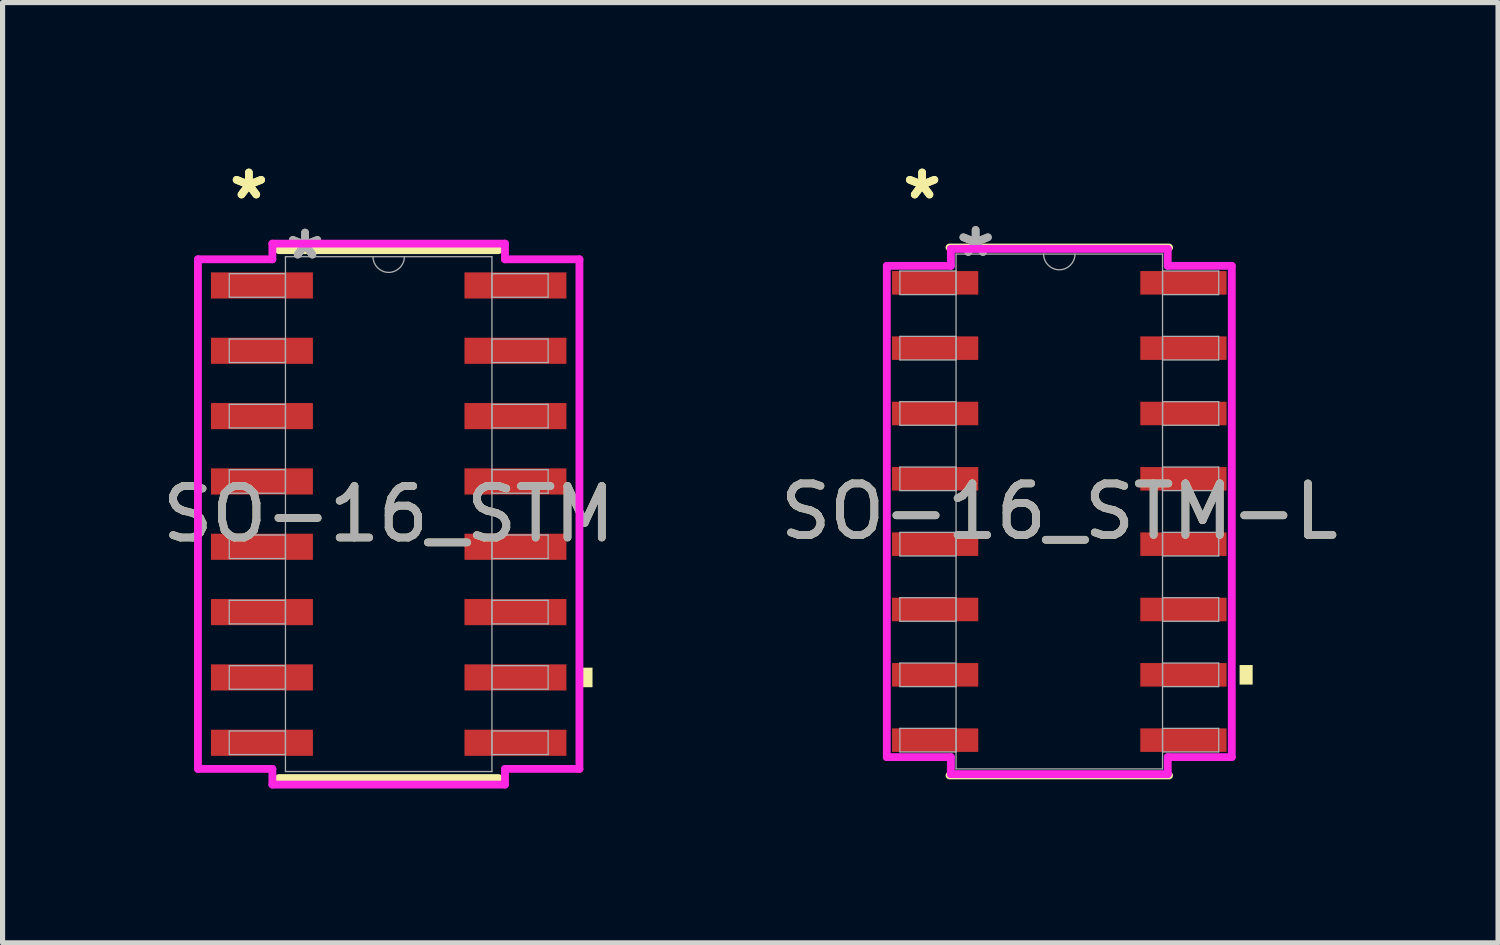
<source format=kicad_pcb>
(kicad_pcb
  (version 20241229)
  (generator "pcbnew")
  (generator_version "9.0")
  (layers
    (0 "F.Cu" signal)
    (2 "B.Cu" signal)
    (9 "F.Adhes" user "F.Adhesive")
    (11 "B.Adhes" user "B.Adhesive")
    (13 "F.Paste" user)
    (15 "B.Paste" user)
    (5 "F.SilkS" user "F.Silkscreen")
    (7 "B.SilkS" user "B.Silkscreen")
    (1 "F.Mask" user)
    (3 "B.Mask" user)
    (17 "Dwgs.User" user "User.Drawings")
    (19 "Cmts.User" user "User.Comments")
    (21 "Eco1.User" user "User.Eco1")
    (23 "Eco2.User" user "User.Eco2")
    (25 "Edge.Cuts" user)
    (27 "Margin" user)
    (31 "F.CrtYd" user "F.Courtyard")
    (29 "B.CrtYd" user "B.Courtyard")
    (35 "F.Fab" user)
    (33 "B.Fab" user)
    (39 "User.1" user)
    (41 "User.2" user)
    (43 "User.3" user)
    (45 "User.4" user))
  (footprint "SO-16_STM-L"
    (layer "F.Cu")
    (at 17.542 6.893)
    (property "Reference" "SO-16_STM-L" (at 0 0 0) (unlocked yes) (layer "F.SilkS") (effects (font (size 1 1) (thickness 0.15))))
    (attr smd)
    (fp_line (start -2.134 5.131) (end 2.134 5.131) (stroke (width 0.152) (type solid)) (layer "F.SilkS"))
    (fp_line (start 2.134 -5.131) (end -2.134 -5.131) (stroke (width 0.152) (type solid)) (layer "F.SilkS"))
    (fp_poly (pts (xy 3.759 2.985) (xy 3.759 3.365) (xy 3.505 3.365) (xy 3.505 2.985)) (stroke (width 0) (type solid)) (fill yes) (layer "F.SilkS"))
    (fp_line (start -3.353 -4.775) (end -2.108 -4.775) (stroke (width 0.152) (type solid)) (layer "F.CrtYd"))
    (fp_line (start -3.353 4.775) (end -3.353 -4.775) (stroke (width 0.152) (type solid)) (layer "F.CrtYd"))
    (fp_line (start -3.353 4.775) (end -2.108 4.775) (stroke (width 0.152) (type solid)) (layer "F.CrtYd"))
    (fp_line (start -2.108 -5.105) (end 2.108 -5.105) (stroke (width 0.152) (type solid)) (layer "F.CrtYd"))
    (fp_line (start -2.108 -4.775) (end -2.108 -5.105) (stroke (width 0.152) (type solid)) (layer "F.CrtYd"))
    (fp_line (start -2.108 5.105) (end -2.108 4.775) (stroke (width 0.152) (type solid)) (layer "F.CrtYd"))
    (fp_line (start 2.108 -5.105) (end 2.108 -4.775) (stroke (width 0.152) (type solid)) (layer "F.CrtYd"))
    (fp_line (start 2.108 4.775) (end 2.108 5.105) (stroke (width 0.152) (type solid)) (layer "F.CrtYd"))
    (fp_line (start 2.108 5.105) (end -2.108 5.105) (stroke (width 0.152) (type solid)) (layer "F.CrtYd"))
    (fp_line (start 3.353 -4.775) (end 2.108 -4.775) (stroke (width 0.152) (type solid)) (layer "F.CrtYd"))
    (fp_line (start 3.353 -4.775) (end 3.353 4.775) (stroke (width 0.152) (type solid)) (layer "F.CrtYd"))
    (fp_line (start 3.353 4.775) (end 2.108 4.775) (stroke (width 0.152) (type solid)) (layer "F.CrtYd"))
    (fp_line (start -3.099 -4.674) (end -3.099 -4.216) (stroke (width 0.025) (type solid)) (layer "F.Fab"))
    (fp_line (start -3.099 -4.216) (end -2.007 -4.216) (stroke (width 0.025) (type solid)) (layer "F.Fab"))
    (fp_line (start -3.099 -3.404) (end -3.099 -2.946) (stroke (width 0.025) (type solid)) (layer "F.Fab"))
    (fp_line (start -3.099 -2.946) (end -2.007 -2.946) (stroke (width 0.025) (type solid)) (layer "F.Fab"))
    (fp_line (start -3.099 -2.134) (end -3.099 -1.676) (stroke (width 0.025) (type solid)) (layer "F.Fab"))
    (fp_line (start -3.099 -1.676) (end -2.007 -1.676) (stroke (width 0.025) (type solid)) (layer "F.Fab"))
    (fp_line (start -3.099 -0.864) (end -3.099 -0.406) (stroke (width 0.025) (type solid)) (layer "F.Fab"))
    (fp_line (start -3.099 -0.406) (end -2.007 -0.406) (stroke (width 0.025) (type solid)) (layer "F.Fab"))
    (fp_line (start -3.099 0.406) (end -3.099 0.864) (stroke (width 0.025) (type solid)) (layer "F.Fab"))
    (fp_line (start -3.099 0.864) (end -2.007 0.864) (stroke (width 0.025) (type solid)) (layer "F.Fab"))
    (fp_line (start -3.099 1.676) (end -3.099 2.134) (stroke (width 0.025) (type solid)) (layer "F.Fab"))
    (fp_line (start -3.099 2.134) (end -2.007 2.134) (stroke (width 0.025) (type solid)) (layer "F.Fab"))
    (fp_line (start -3.099 2.946) (end -3.099 3.404) (stroke (width 0.025) (type solid)) (layer "F.Fab"))
    (fp_line (start -3.099 3.404) (end -2.007 3.404) (stroke (width 0.025) (type solid)) (layer "F.Fab"))
    (fp_line (start -3.099 4.216) (end -3.099 4.674) (stroke (width 0.025) (type solid)) (layer "F.Fab"))
    (fp_line (start -3.099 4.674) (end -2.007 4.674) (stroke (width 0.025) (type solid)) (layer "F.Fab"))
    (fp_line (start -2.007 -5.004) (end -2.007 5.004) (stroke (width 0.025) (type solid)) (layer "F.Fab"))
    (fp_line (start -2.007 -4.674) (end -3.099 -4.674) (stroke (width 0.025) (type solid)) (layer "F.Fab"))
    (fp_line (start -2.007 -4.216) (end -2.007 -4.674) (stroke (width 0.025) (type solid)) (layer "F.Fab"))
    (fp_line (start -2.007 -3.404) (end -3.099 -3.404) (stroke (width 0.025) (type solid)) (layer "F.Fab"))
    (fp_line (start -2.007 -2.946) (end -2.007 -3.404) (stroke (width 0.025) (type solid)) (layer "F.Fab"))
    (fp_line (start -2.007 -2.134) (end -3.099 -2.134) (stroke (width 0.025) (type solid)) (layer "F.Fab"))
    (fp_line (start -2.007 -1.676) (end -2.007 -2.134) (stroke (width 0.025) (type solid)) (layer "F.Fab"))
    (fp_line (start -2.007 -0.864) (end -3.099 -0.864) (stroke (width 0.025) (type solid)) (layer "F.Fab"))
    (fp_line (start -2.007 -0.406) (end -2.007 -0.864) (stroke (width 0.025) (type solid)) (layer "F.Fab"))
    (fp_line (start -2.007 0.406) (end -3.099 0.406) (stroke (width 0.025) (type solid)) (layer "F.Fab"))
    (fp_line (start -2.007 0.864) (end -2.007 0.406) (stroke (width 0.025) (type solid)) (layer "F.Fab"))
    (fp_line (start -2.007 1.676) (end -3.099 1.676) (stroke (width 0.025) (type solid)) (layer "F.Fab"))
    (fp_line (start -2.007 2.134) (end -2.007 1.676) (stroke (width 0.025) (type solid)) (layer "F.Fab"))
    (fp_line (start -2.007 2.946) (end -3.099 2.946) (stroke (width 0.025) (type solid)) (layer "F.Fab"))
    (fp_line (start -2.007 3.404) (end -2.007 2.946) (stroke (width 0.025) (type solid)) (layer "F.Fab"))
    (fp_line (start -2.007 4.216) (end -3.099 4.216) (stroke (width 0.025) (type solid)) (layer "F.Fab"))
    (fp_line (start -2.007 4.674) (end -2.007 4.216) (stroke (width 0.025) (type solid)) (layer "F.Fab"))
    (fp_line (start -2.007 5.004) (end 2.007 5.004) (stroke (width 0.025) (type solid)) (layer "F.Fab"))
    (fp_line (start 2.007 -5.004) (end -2.007 -5.004) (stroke (width 0.025) (type solid)) (layer "F.Fab"))
    (fp_line (start 2.007 -4.674) (end 2.007 -4.216) (stroke (width 0.025) (type solid)) (layer "F.Fab"))
    (fp_line (start 2.007 -4.216) (end 3.099 -4.216) (stroke (width 0.025) (type solid)) (layer "F.Fab"))
    (fp_line (start 2.007 -3.404) (end 2.007 -2.946) (stroke (width 0.025) (type solid)) (layer "F.Fab"))
    (fp_line (start 2.007 -2.946) (end 3.099 -2.946) (stroke (width 0.025) (type solid)) (layer "F.Fab"))
    (fp_line (start 2.007 -2.134) (end 2.007 -1.676) (stroke (width 0.025) (type solid)) (layer "F.Fab"))
    (fp_line (start 2.007 -1.676) (end 3.099 -1.676) (stroke (width 0.025) (type solid)) (layer "F.Fab"))
    (fp_line (start 2.007 -0.864) (end 2.007 -0.406) (stroke (width 0.025) (type solid)) (layer "F.Fab"))
    (fp_line (start 2.007 -0.406) (end 3.099 -0.406) (stroke (width 0.025) (type solid)) (layer "F.Fab"))
    (fp_line (start 2.007 0.406) (end 2.007 0.864) (stroke (width 0.025) (type solid)) (layer "F.Fab"))
    (fp_line (start 2.007 0.864) (end 3.099 0.864) (stroke (width 0.025) (type solid)) (layer "F.Fab"))
    (fp_line (start 2.007 1.676) (end 2.007 2.134) (stroke (width 0.025) (type solid)) (layer "F.Fab"))
    (fp_line (start 2.007 2.134) (end 3.099 2.134) (stroke (width 0.025) (type solid)) (layer "F.Fab"))
    (fp_line (start 2.007 2.946) (end 2.007 3.404) (stroke (width 0.025) (type solid)) (layer "F.Fab"))
    (fp_line (start 2.007 3.404) (end 3.099 3.404) (stroke (width 0.025) (type solid)) (layer "F.Fab"))
    (fp_line (start 2.007 4.216) (end 2.007 4.674) (stroke (width 0.025) (type solid)) (layer "F.Fab"))
    (fp_line (start 2.007 4.674) (end 3.099 4.674) (stroke (width 0.025) (type solid)) (layer "F.Fab"))
    (fp_line (start 2.007 5.004) (end 2.007 -5.004) (stroke (width 0.025) (type solid)) (layer "F.Fab"))
    (fp_line (start 3.099 -4.674) (end 2.007 -4.674) (stroke (width 0.025) (type solid)) (layer "F.Fab"))
    (fp_line (start 3.099 -4.216) (end 3.099 -4.674) (stroke (width 0.025) (type solid)) (layer "F.Fab"))
    (fp_line (start 3.099 -3.404) (end 2.007 -3.404) (stroke (width 0.025) (type solid)) (layer "F.Fab"))
    (fp_line (start 3.099 -2.946) (end 3.099 -3.404) (stroke (width 0.025) (type solid)) (layer "F.Fab"))
    (fp_line (start 3.099 -2.134) (end 2.007 -2.134) (stroke (width 0.025) (type solid)) (layer "F.Fab"))
    (fp_line (start 3.099 -1.676) (end 3.099 -2.134) (stroke (width 0.025) (type solid)) (layer "F.Fab"))
    (fp_line (start 3.099 -0.864) (end 2.007 -0.864) (stroke (width 0.025) (type solid)) (layer "F.Fab"))
    (fp_line (start 3.099 -0.406) (end 3.099 -0.864) (stroke (width 0.025) (type solid)) (layer "F.Fab"))
    (fp_line (start 3.099 0.406) (end 2.007 0.406) (stroke (width 0.025) (type solid)) (layer "F.Fab"))
    (fp_line (start 3.099 0.864) (end 3.099 0.406) (stroke (width 0.025) (type solid)) (layer "F.Fab"))
    (fp_line (start 3.099 1.676) (end 2.007 1.676) (stroke (width 0.025) (type solid)) (layer "F.Fab"))
    (fp_line (start 3.099 2.134) (end 3.099 1.676) (stroke (width 0.025) (type solid)) (layer "F.Fab"))
    (fp_line (start 3.099 2.946) (end 2.007 2.946) (stroke (width 0.025) (type solid)) (layer "F.Fab"))
    (fp_line (start 3.099 3.404) (end 3.099 2.946) (stroke (width 0.025) (type solid)) (layer "F.Fab"))
    (fp_line (start 3.099 4.216) (end 2.007 4.216) (stroke (width 0.025) (type solid)) (layer "F.Fab"))
    (fp_line (start 3.099 4.674) (end 3.099 4.216) (stroke (width 0.025) (type solid)) (layer "F.Fab"))
    (fp_arc (start 0.3048 -5.0038) (mid 0 -4.699) (end -0.3048 -5.0038) (stroke (width 0.0254) (type solid)) (layer "F.Fab"))
    (fp_text user "*" (at -2.667 -6.045 0) (unlocked yes) (layer "F.SilkS") (effects (font (size 1 1) (thickness 0.15))))
    (fp_text user "*" (at -2.667 -6.045 0) (layer "F.SilkS") (effects (font (size 1 1) (thickness 0.15))))
    (fp_text user "${REFERENCE}" (at 0 0 0) (unlocked yes) (layer "F.Fab") (effects (font (size 1 1) (thickness 0.15))))
    (fp_text user "*" (at -1.626 -4.928 0) (unlocked yes) (layer "F.Fab") (effects (font (size 1 1) (thickness 0.15))))
    (fp_text user "*" (at -1.626 -4.928 0) (layer "F.Fab") (effects (font (size 1 1) (thickness 0.15))))
    (pad "1" smd rect (at -2.413 -4.445) (size 1.676 0.457) (layers "F.Cu" "F.Mask" "F.Paste"))
    (pad "2" smd rect (at -2.413 -3.175) (size 1.676 0.457) (layers "F.Cu" "F.Mask" "F.Paste"))
    (pad "3" smd rect (at -2.413 -1.905) (size 1.676 0.457) (layers "F.Cu" "F.Mask" "F.Paste"))
    (pad "4" smd rect (at -2.413 -0.635) (size 1.676 0.457) (layers "F.Cu" "F.Mask" "F.Paste"))
    (pad "5" smd rect (at -2.413 0.635) (size 1.676 0.457) (layers "F.Cu" "F.Mask" "F.Paste"))
    (pad "6" smd rect (at -2.413 1.905) (size 1.676 0.457) (layers "F.Cu" "F.Mask" "F.Paste"))
    (pad "7" smd rect (at -2.413 3.175) (size 1.676 0.457) (layers "F.Cu" "F.Mask" "F.Paste"))
    (pad "8" smd rect (at -2.413 4.445) (size 1.676 0.457) (layers "F.Cu" "F.Mask" "F.Paste"))
    (pad "9" smd rect (at 2.413 4.445) (size 1.676 0.457) (layers "F.Cu" "F.Mask" "F.Paste"))
    (pad "10" smd rect (at 2.413 3.175) (size 1.676 0.457) (layers "F.Cu" "F.Mask" "F.Paste"))
    (pad "11" smd rect (at 2.413 1.905) (size 1.676 0.457) (layers "F.Cu" "F.Mask" "F.Paste"))
    (pad "12" smd rect (at 2.413 0.635) (size 1.676 0.457) (layers "F.Cu" "F.Mask" "F.Paste"))
    (pad "13" smd rect (at 2.413 -0.635) (size 1.676 0.457) (layers "F.Cu" "F.Mask" "F.Paste"))
    (pad "14" smd rect (at 2.413 -1.905) (size 1.676 0.457) (layers "F.Cu" "F.Mask" "F.Paste"))
    (pad "15" smd rect (at 2.413 -3.175) (size 1.676 0.457) (layers "F.Cu" "F.Mask" "F.Paste"))
    (pad "16" smd rect (at 2.413 -4.445) (size 1.676 0.457) (layers "F.Cu" "F.Mask" "F.Paste")))
  (footprint "SO-16_STM"
    (layer "F.Cu")
    (at 4.506 6.944)
    (property "Reference" "SO-16_STM" (at 0 0 0) (unlocked yes) (layer "F.SilkS") (effects (font (size 1 1) (thickness 0.15))))
    (attr smd)
    (fp_line (start -2.134 5.131) (end 2.134 5.131) (stroke (width 0.152) (type solid)) (layer "F.SilkS"))
    (fp_line (start 2.134 -5.131) (end -2.134 -5.131) (stroke (width 0.152) (type solid)) (layer "F.SilkS"))
    (fp_poly (pts (xy 3.962 2.985) (xy 3.962 3.365) (xy 3.708 3.365) (xy 3.708 2.985)) (stroke (width 0) (type solid)) (fill yes) (layer "F.SilkS"))
    (fp_line (start -3.708 -4.953) (end -2.261 -4.953) (stroke (width 0.152) (type solid)) (layer "F.CrtYd"))
    (fp_line (start -3.708 4.953) (end -3.708 -4.953) (stroke (width 0.152) (type solid)) (layer "F.CrtYd"))
    (fp_line (start -3.708 4.953) (end -2.261 4.953) (stroke (width 0.152) (type solid)) (layer "F.CrtYd"))
    (fp_line (start -2.261 -5.258) (end 2.261 -5.258) (stroke (width 0.152) (type solid)) (layer "F.CrtYd"))
    (fp_line (start -2.261 -4.953) (end -2.261 -5.258) (stroke (width 0.152) (type solid)) (layer "F.CrtYd"))
    (fp_line (start -2.261 5.258) (end -2.261 4.953) (stroke (width 0.152) (type solid)) (layer "F.CrtYd"))
    (fp_line (start 2.261 -5.258) (end 2.261 -4.953) (stroke (width 0.152) (type solid)) (layer "F.CrtYd"))
    (fp_line (start 2.261 4.953) (end 2.261 5.258) (stroke (width 0.152) (type solid)) (layer "F.CrtYd"))
    (fp_line (start 2.261 5.258) (end -2.261 5.258) (stroke (width 0.152) (type solid)) (layer "F.CrtYd"))
    (fp_line (start 3.708 -4.953) (end 2.261 -4.953) (stroke (width 0.152) (type solid)) (layer "F.CrtYd"))
    (fp_line (start 3.708 -4.953) (end 3.708 4.953) (stroke (width 0.152) (type solid)) (layer "F.CrtYd"))
    (fp_line (start 3.708 4.953) (end 2.261 4.953) (stroke (width 0.152) (type solid)) (layer "F.CrtYd"))
    (fp_line (start -3.099 -4.674) (end -3.099 -4.216) (stroke (width 0.025) (type solid)) (layer "F.Fab"))
    (fp_line (start -3.099 -4.216) (end -2.007 -4.216) (stroke (width 0.025) (type solid)) (layer "F.Fab"))
    (fp_line (start -3.099 -3.404) (end -3.099 -2.946) (stroke (width 0.025) (type solid)) (layer "F.Fab"))
    (fp_line (start -3.099 -2.946) (end -2.007 -2.946) (stroke (width 0.025) (type solid)) (layer "F.Fab"))
    (fp_line (start -3.099 -2.134) (end -3.099 -1.676) (stroke (width 0.025) (type solid)) (layer "F.Fab"))
    (fp_line (start -3.099 -1.676) (end -2.007 -1.676) (stroke (width 0.025) (type solid)) (layer "F.Fab"))
    (fp_line (start -3.099 -0.864) (end -3.099 -0.406) (stroke (width 0.025) (type solid)) (layer "F.Fab"))
    (fp_line (start -3.099 -0.406) (end -2.007 -0.406) (stroke (width 0.025) (type solid)) (layer "F.Fab"))
    (fp_line (start -3.099 0.406) (end -3.099 0.864) (stroke (width 0.025) (type solid)) (layer "F.Fab"))
    (fp_line (start -3.099 0.864) (end -2.007 0.864) (stroke (width 0.025) (type solid)) (layer "F.Fab"))
    (fp_line (start -3.099 1.676) (end -3.099 2.134) (stroke (width 0.025) (type solid)) (layer "F.Fab"))
    (fp_line (start -3.099 2.134) (end -2.007 2.134) (stroke (width 0.025) (type solid)) (layer "F.Fab"))
    (fp_line (start -3.099 2.946) (end -3.099 3.404) (stroke (width 0.025) (type solid)) (layer "F.Fab"))
    (fp_line (start -3.099 3.404) (end -2.007 3.404) (stroke (width 0.025) (type solid)) (layer "F.Fab"))
    (fp_line (start -3.099 4.216) (end -3.099 4.674) (stroke (width 0.025) (type solid)) (layer "F.Fab"))
    (fp_line (start -3.099 4.674) (end -2.007 4.674) (stroke (width 0.025) (type solid)) (layer "F.Fab"))
    (fp_line (start -2.007 -5.004) (end -2.007 5.004) (stroke (width 0.025) (type solid)) (layer "F.Fab"))
    (fp_line (start -2.007 -4.674) (end -3.099 -4.674) (stroke (width 0.025) (type solid)) (layer "F.Fab"))
    (fp_line (start -2.007 -4.216) (end -2.007 -4.674) (stroke (width 0.025) (type solid)) (layer "F.Fab"))
    (fp_line (start -2.007 -3.404) (end -3.099 -3.404) (stroke (width 0.025) (type solid)) (layer "F.Fab"))
    (fp_line (start -2.007 -2.946) (end -2.007 -3.404) (stroke (width 0.025) (type solid)) (layer "F.Fab"))
    (fp_line (start -2.007 -2.134) (end -3.099 -2.134) (stroke (width 0.025) (type solid)) (layer "F.Fab"))
    (fp_line (start -2.007 -1.676) (end -2.007 -2.134) (stroke (width 0.025) (type solid)) (layer "F.Fab"))
    (fp_line (start -2.007 -0.864) (end -3.099 -0.864) (stroke (width 0.025) (type solid)) (layer "F.Fab"))
    (fp_line (start -2.007 -0.406) (end -2.007 -0.864) (stroke (width 0.025) (type solid)) (layer "F.Fab"))
    (fp_line (start -2.007 0.406) (end -3.099 0.406) (stroke (width 0.025) (type solid)) (layer "F.Fab"))
    (fp_line (start -2.007 0.864) (end -2.007 0.406) (stroke (width 0.025) (type solid)) (layer "F.Fab"))
    (fp_line (start -2.007 1.676) (end -3.099 1.676) (stroke (width 0.025) (type solid)) (layer "F.Fab"))
    (fp_line (start -2.007 2.134) (end -2.007 1.676) (stroke (width 0.025) (type solid)) (layer "F.Fab"))
    (fp_line (start -2.007 2.946) (end -3.099 2.946) (stroke (width 0.025) (type solid)) (layer "F.Fab"))
    (fp_line (start -2.007 3.404) (end -2.007 2.946) (stroke (width 0.025) (type solid)) (layer "F.Fab"))
    (fp_line (start -2.007 4.216) (end -3.099 4.216) (stroke (width 0.025) (type solid)) (layer "F.Fab"))
    (fp_line (start -2.007 4.674) (end -2.007 4.216) (stroke (width 0.025) (type solid)) (layer "F.Fab"))
    (fp_line (start -2.007 5.004) (end 2.007 5.004) (stroke (width 0.025) (type solid)) (layer "F.Fab"))
    (fp_line (start 2.007 -5.004) (end -2.007 -5.004) (stroke (width 0.025) (type solid)) (layer "F.Fab"))
    (fp_line (start 2.007 -4.674) (end 2.007 -4.216) (stroke (width 0.025) (type solid)) (layer "F.Fab"))
    (fp_line (start 2.007 -4.216) (end 3.099 -4.216) (stroke (width 0.025) (type solid)) (layer "F.Fab"))
    (fp_line (start 2.007 -3.404) (end 2.007 -2.946) (stroke (width 0.025) (type solid)) (layer "F.Fab"))
    (fp_line (start 2.007 -2.946) (end 3.099 -2.946) (stroke (width 0.025) (type solid)) (layer "F.Fab"))
    (fp_line (start 2.007 -2.134) (end 2.007 -1.676) (stroke (width 0.025) (type solid)) (layer "F.Fab"))
    (fp_line (start 2.007 -1.676) (end 3.099 -1.676) (stroke (width 0.025) (type solid)) (layer "F.Fab"))
    (fp_line (start 2.007 -0.864) (end 2.007 -0.406) (stroke (width 0.025) (type solid)) (layer "F.Fab"))
    (fp_line (start 2.007 -0.406) (end 3.099 -0.406) (stroke (width 0.025) (type solid)) (layer "F.Fab"))
    (fp_line (start 2.007 0.406) (end 2.007 0.864) (stroke (width 0.025) (type solid)) (layer "F.Fab"))
    (fp_line (start 2.007 0.864) (end 3.099 0.864) (stroke (width 0.025) (type solid)) (layer "F.Fab"))
    (fp_line (start 2.007 1.676) (end 2.007 2.134) (stroke (width 0.025) (type solid)) (layer "F.Fab"))
    (fp_line (start 2.007 2.134) (end 3.099 2.134) (stroke (width 0.025) (type solid)) (layer "F.Fab"))
    (fp_line (start 2.007 2.946) (end 2.007 3.404) (stroke (width 0.025) (type solid)) (layer "F.Fab"))
    (fp_line (start 2.007 3.404) (end 3.099 3.404) (stroke (width 0.025) (type solid)) (layer "F.Fab"))
    (fp_line (start 2.007 4.216) (end 2.007 4.674) (stroke (width 0.025) (type solid)) (layer "F.Fab"))
    (fp_line (start 2.007 4.674) (end 3.099 4.674) (stroke (width 0.025) (type solid)) (layer "F.Fab"))
    (fp_line (start 2.007 5.004) (end 2.007 -5.004) (stroke (width 0.025) (type solid)) (layer "F.Fab"))
    (fp_line (start 3.099 -4.674) (end 2.007 -4.674) (stroke (width 0.025) (type solid)) (layer "F.Fab"))
    (fp_line (start 3.099 -4.216) (end 3.099 -4.674) (stroke (width 0.025) (type solid)) (layer "F.Fab"))
    (fp_line (start 3.099 -3.404) (end 2.007 -3.404) (stroke (width 0.025) (type solid)) (layer "F.Fab"))
    (fp_line (start 3.099 -2.946) (end 3.099 -3.404) (stroke (width 0.025) (type solid)) (layer "F.Fab"))
    (fp_line (start 3.099 -2.134) (end 2.007 -2.134) (stroke (width 0.025) (type solid)) (layer "F.Fab"))
    (fp_line (start 3.099 -1.676) (end 3.099 -2.134) (stroke (width 0.025) (type solid)) (layer "F.Fab"))
    (fp_line (start 3.099 -0.864) (end 2.007 -0.864) (stroke (width 0.025) (type solid)) (layer "F.Fab"))
    (fp_line (start 3.099 -0.406) (end 3.099 -0.864) (stroke (width 0.025) (type solid)) (layer "F.Fab"))
    (fp_line (start 3.099 0.406) (end 2.007 0.406) (stroke (width 0.025) (type solid)) (layer "F.Fab"))
    (fp_line (start 3.099 0.864) (end 3.099 0.406) (stroke (width 0.025) (type solid)) (layer "F.Fab"))
    (fp_line (start 3.099 1.676) (end 2.007 1.676) (stroke (width 0.025) (type solid)) (layer "F.Fab"))
    (fp_line (start 3.099 2.134) (end 3.099 1.676) (stroke (width 0.025) (type solid)) (layer "F.Fab"))
    (fp_line (start 3.099 2.946) (end 2.007 2.946) (stroke (width 0.025) (type solid)) (layer "F.Fab"))
    (fp_line (start 3.099 3.404) (end 3.099 2.946) (stroke (width 0.025) (type solid)) (layer "F.Fab"))
    (fp_line (start 3.099 4.216) (end 2.007 4.216) (stroke (width 0.025) (type solid)) (layer "F.Fab"))
    (fp_line (start 3.099 4.674) (end 3.099 4.216) (stroke (width 0.025) (type solid)) (layer "F.Fab"))
    (fp_arc (start 0.3048 -5.0038) (mid 0 -4.699) (end -0.3048 -5.0038) (stroke (width 0.0254) (type solid)) (layer "F.Fab"))
    (fp_text user "*" (at -2.718 -6.096 0) (layer "F.SilkS") (effects (font (size 1 1) (thickness 0.15))))
    (fp_text user "*" (at -2.718 -6.096 0) (unlocked yes) (layer "F.SilkS") (effects (font (size 1 1) (thickness 0.15))))
    (fp_text user "*" (at -1.626 -4.928 0) (unlocked yes) (layer "F.Fab") (effects (font (size 1 1) (thickness 0.15))))
    (fp_text user "${REFERENCE}" (at 0 0 0) (unlocked yes) (layer "F.Fab") (effects (font (size 1 1) (thickness 0.15))))
    (fp_text user "*" (at -1.626 -4.928 0) (layer "F.Fab") (effects (font (size 1 1) (thickness 0.15))))
    (pad "1" smd rect (at -2.464 -4.445) (size 1.981 0.508) (layers "F.Cu" "F.Mask" "F.Paste"))
    (pad "2" smd rect (at -2.464 -3.175) (size 1.981 0.508) (layers "F.Cu" "F.Mask" "F.Paste"))
    (pad "3" smd rect (at -2.464 -1.905) (size 1.981 0.508) (layers "F.Cu" "F.Mask" "F.Paste"))
    (pad "4" smd rect (at -2.464 -0.635) (size 1.981 0.508) (layers "F.Cu" "F.Mask" "F.Paste"))
    (pad "5" smd rect (at -2.464 0.635) (size 1.981 0.508) (layers "F.Cu" "F.Mask" "F.Paste"))
    (pad "6" smd rect (at -2.464 1.905) (size 1.981 0.508) (layers "F.Cu" "F.Mask" "F.Paste"))
    (pad "7" smd rect (at -2.464 3.175) (size 1.981 0.508) (layers "F.Cu" "F.Mask" "F.Paste"))
    (pad "8" smd rect (at -2.464 4.445) (size 1.981 0.508) (layers "F.Cu" "F.Mask" "F.Paste"))
    (pad "9" smd rect (at 2.464 4.445) (size 1.981 0.508) (layers "F.Cu" "F.Mask" "F.Paste"))
    (pad "10" smd rect (at 2.464 3.175) (size 1.981 0.508) (layers "F.Cu" "F.Mask" "F.Paste"))
    (pad "11" smd rect (at 2.464 1.905) (size 1.981 0.508) (layers "F.Cu" "F.Mask" "F.Paste"))
    (pad "12" smd rect (at 2.464 0.635) (size 1.981 0.508) (layers "F.Cu" "F.Mask" "F.Paste"))
    (pad "13" smd rect (at 2.464 -0.635) (size 1.981 0.508) (layers "F.Cu" "F.Mask" "F.Paste"))
    (pad "14" smd rect (at 2.464 -1.905) (size 1.981 0.508) (layers "F.Cu" "F.Mask" "F.Paste"))
    (pad "15" smd rect (at 2.464 -3.175) (size 1.981 0.508) (layers "F.Cu" "F.Mask" "F.Paste"))
    (pad "16" smd rect (at 2.464 -4.445) (size 1.981 0.508) (layers "F.Cu" "F.Mask" "F.Paste")))
  (gr_rect
    (start -3 -3)
    (end 26.071 15.278)
    (stroke (width 0.1) (type default))
    (fill no)
    (layer "Edge.Cuts")))
</source>
